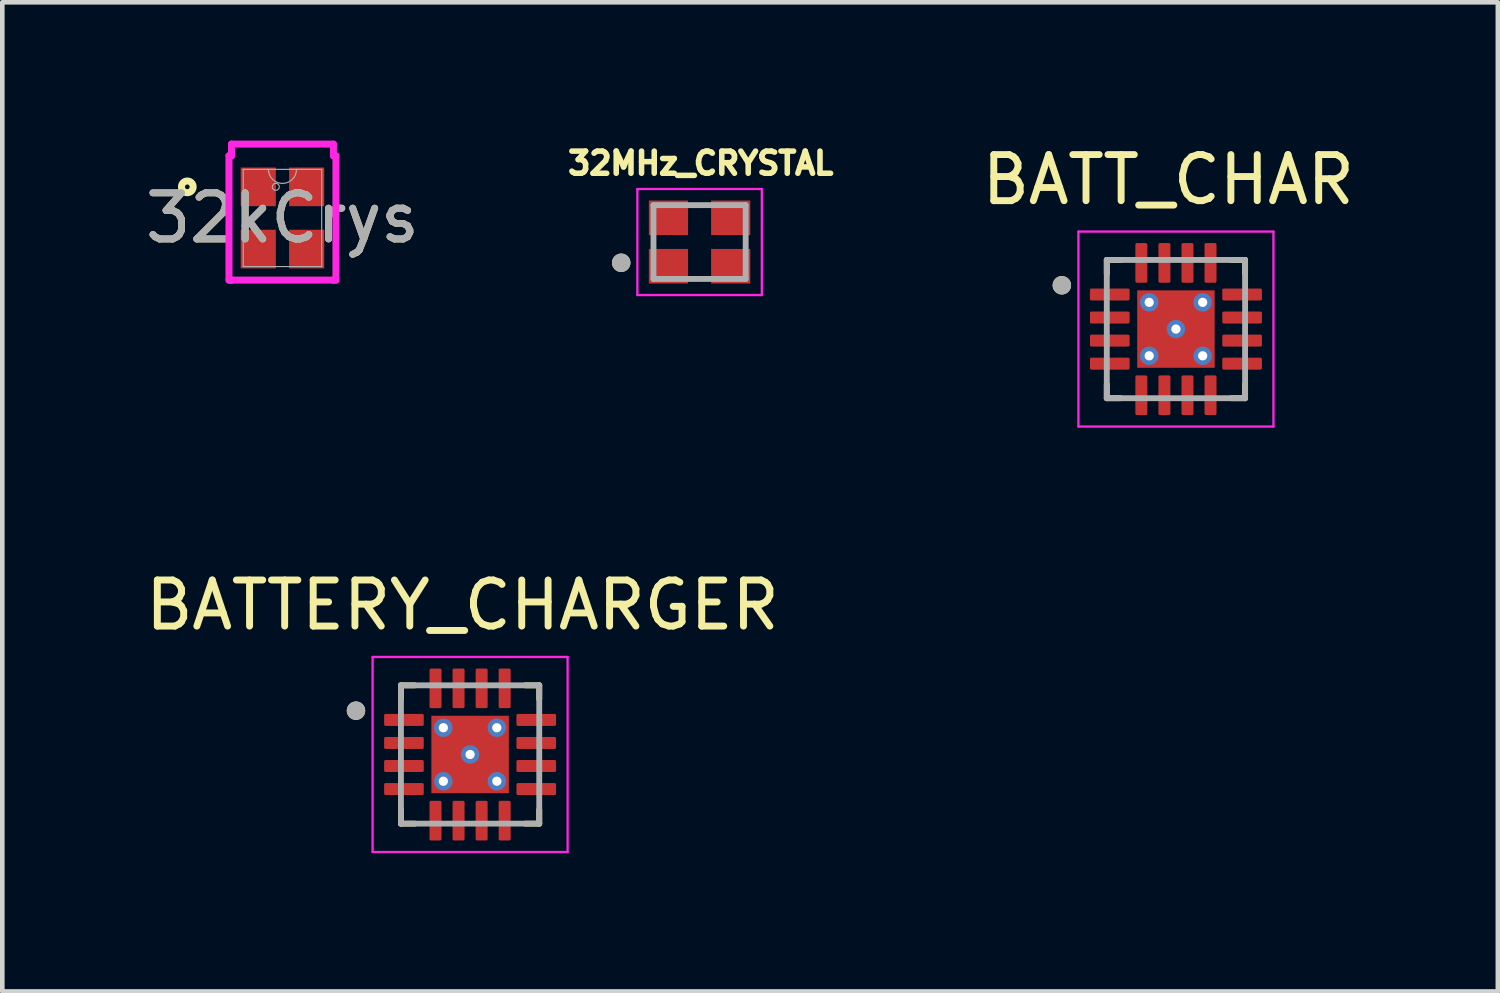
<source format=kicad_pcb>
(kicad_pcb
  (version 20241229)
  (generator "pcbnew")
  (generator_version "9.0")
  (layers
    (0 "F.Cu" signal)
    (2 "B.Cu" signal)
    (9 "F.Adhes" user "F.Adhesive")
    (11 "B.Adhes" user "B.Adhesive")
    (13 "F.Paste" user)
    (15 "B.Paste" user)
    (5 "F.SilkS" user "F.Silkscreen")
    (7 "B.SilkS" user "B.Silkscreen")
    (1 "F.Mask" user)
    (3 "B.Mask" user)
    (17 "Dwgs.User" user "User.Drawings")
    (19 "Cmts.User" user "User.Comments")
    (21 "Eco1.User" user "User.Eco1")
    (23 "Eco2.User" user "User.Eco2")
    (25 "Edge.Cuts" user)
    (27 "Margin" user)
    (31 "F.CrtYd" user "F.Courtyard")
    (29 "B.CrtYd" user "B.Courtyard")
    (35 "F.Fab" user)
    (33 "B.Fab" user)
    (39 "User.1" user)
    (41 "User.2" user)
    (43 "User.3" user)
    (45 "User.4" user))
  (footprint "32MHz_CRYSTAL"
    (layer "F.Cu")
    (at 12.125 2.2)
    (property "Reference" "32MHz_CRYSTAL" (at 0.024 -1.708 0) (layer "F.SilkS") (effects (font (size 0.481 0.481) (thickness 0.15))))
    (attr smd)
    (fp_circle (center -1.7 0.45) (end -1.6 0.45) (stroke (width 0.2) (type solid)) (fill no) (layer "F.SilkS"))
    (fp_line (start -1.35 -1.15) (end -1.35 1.15) (stroke (width 0.05) (type solid)) (layer "F.CrtYd"))
    (fp_line (start -1.35 1.15) (end 1.35 1.15) (stroke (width 0.05) (type solid)) (layer "F.CrtYd"))
    (fp_line (start 1.35 -1.15) (end -1.35 -1.15) (stroke (width 0.05) (type solid)) (layer "F.CrtYd"))
    (fp_line (start 1.35 1.15) (end 1.35 -1.15) (stroke (width 0.05) (type solid)) (layer "F.CrtYd"))
    (fp_line (start -1 -0.8) (end -1 0.8) (stroke (width 0.127) (type solid)) (layer "F.Fab"))
    (fp_line (start -1 0.8) (end 1 0.8) (stroke (width 0.127) (type solid)) (layer "F.Fab"))
    (fp_line (start 1 -0.8) (end -1 -0.8) (stroke (width 0.127) (type solid)) (layer "F.Fab"))
    (fp_line (start 1 0.8) (end 1 -0.8) (stroke (width 0.127) (type solid)) (layer "F.Fab"))
    (fp_circle (center -1.7 0.45) (end -1.6 0.45) (stroke (width 0.2) (type solid)) (fill no) (layer "F.Fab"))
    (pad "1" smd rect (at -0.675 0.525) (size 0.85 0.75) (layers "F.Cu" "F.Mask" "F.Paste"))
    (pad "2" smd rect (at 0.675 0.525) (size 0.85 0.75) (layers "F.Cu" "F.Mask" "F.Paste"))
    (pad "3" smd rect (at 0.675 -0.525) (size 0.85 0.75) (layers "F.Cu" "F.Mask" "F.Paste"))
    (pad "4" smd rect (at -0.675 -0.525) (size 0.85 0.75) (layers "F.Cu" "F.Mask" "F.Paste")))
  (footprint "BATT_CHAR"
    (layer "F.Cu")
    (at 22.458 4.088)
    (property "Reference" "BATT_CHAR" (at -0.165 -3.24 0) (layer "F.SilkS") (effects (font (size 1 1) (thickness 0.15))))
    (attr smd)
    (fp_line (start -1.5 -1.5) (end -1.5 -1.2) (stroke (width 0.127) (type solid)) (layer "F.SilkS"))
    (fp_line (start -1.5 -1.5) (end -1.2 -1.5) (stroke (width 0.127) (type solid)) (layer "F.SilkS"))
    (fp_line (start -1.5 1.5) (end -1.5 1.2) (stroke (width 0.127) (type solid)) (layer "F.SilkS"))
    (fp_line (start -1.5 1.5) (end -1.2 1.5) (stroke (width 0.127) (type solid)) (layer "F.SilkS"))
    (fp_line (start 1.5 -1.5) (end 1.2 -1.5) (stroke (width 0.127) (type solid)) (layer "F.SilkS"))
    (fp_line (start 1.5 -1.5) (end 1.5 -1.2) (stroke (width 0.127) (type solid)) (layer "F.SilkS"))
    (fp_line (start 1.5 1.5) (end 1.2 1.5) (stroke (width 0.127) (type solid)) (layer "F.SilkS"))
    (fp_line (start 1.5 1.5) (end 1.5 1.2) (stroke (width 0.127) (type solid)) (layer "F.SilkS"))
    (fp_circle (center -2.475 -0.95) (end -2.375 -0.95) (stroke (width 0.2) (type solid)) (fill no) (layer "F.SilkS"))
    (fp_poly (pts (xy -0.53 -0.53) (xy 0.53 -0.53) (xy 0.53 0.53) (xy -0.53 0.53)) (stroke (width 0.01) (type solid)) (fill yes) (layer "F.Paste"))
    (fp_line (start -2.115 -2.115) (end 2.115 -2.115) (stroke (width 0.05) (type solid)) (layer "F.CrtYd"))
    (fp_line (start -2.115 2.115) (end -2.115 -2.115) (stroke (width 0.05) (type solid)) (layer "F.CrtYd"))
    (fp_line (start -2.115 2.115) (end 2.115 2.115) (stroke (width 0.05) (type solid)) (layer "F.CrtYd"))
    (fp_line (start 2.115 2.115) (end 2.115 -2.115) (stroke (width 0.05) (type solid)) (layer "F.CrtYd"))
    (fp_line (start -1.5 1.5) (end -1.5 -1.5) (stroke (width 0.127) (type solid)) (layer "F.Fab"))
    (fp_line (start 1.5 -1.5) (end -1.5 -1.5) (stroke (width 0.127) (type solid)) (layer "F.Fab"))
    (fp_line (start 1.5 1.5) (end -1.5 1.5) (stroke (width 0.127) (type solid)) (layer "F.Fab"))
    (fp_line (start 1.5 1.5) (end 1.5 -1.5) (stroke (width 0.127) (type solid)) (layer "F.Fab"))
    (fp_circle (center -2.475 -0.95) (end -2.375 -0.95) (stroke (width 0.2) (type solid)) (fill no) (layer "F.Fab"))
    (pad "1" smd roundrect (at -1.435 -0.75) (size 0.86 0.26) (layers "F.Cu" "F.Mask" "F.Paste") (roundrect_rratio 0.125))
    (pad "2" smd roundrect (at -1.435 -0.25) (size 0.86 0.26) (layers "F.Cu" "F.Mask" "F.Paste") (roundrect_rratio 0.125))
    (pad "3" smd roundrect (at -1.435 0.25) (size 0.86 0.26) (layers "F.Cu" "F.Mask" "F.Paste") (roundrect_rratio 0.125))
    (pad "4" smd roundrect (at -1.435 0.75) (size 0.86 0.26) (layers "F.Cu" "F.Mask" "F.Paste") (roundrect_rratio 0.125))
    (pad "5" smd roundrect (at -0.75 1.435) (size 0.26 0.86) (layers "F.Cu" "F.Mask" "F.Paste") (roundrect_rratio 0.125))
    (pad "6" smd roundrect (at -0.25 1.435) (size 0.26 0.86) (layers "F.Cu" "F.Mask" "F.Paste") (roundrect_rratio 0.125))
    (pad "7" smd roundrect (at 0.25 1.435) (size 0.26 0.86) (layers "F.Cu" "F.Mask" "F.Paste") (roundrect_rratio 0.125))
    (pad "8" smd roundrect (at 0.75 1.435) (size 0.26 0.86) (layers "F.Cu" "F.Mask" "F.Paste") (roundrect_rratio 0.125))
    (pad "9" smd roundrect (at 1.435 0.75) (size 0.86 0.26) (layers "F.Cu" "F.Mask" "F.Paste") (roundrect_rratio 0.125))
    (pad "10" smd roundrect (at 1.435 0.25) (size 0.86 0.26) (layers "F.Cu" "F.Mask" "F.Paste") (roundrect_rratio 0.125))
    (pad "11" smd roundrect (at 1.435 -0.25) (size 0.86 0.26) (layers "F.Cu" "F.Mask" "F.Paste") (roundrect_rratio 0.125))
    (pad "12" smd roundrect (at 1.435 -0.75) (size 0.86 0.26) (layers "F.Cu" "F.Mask" "F.Paste") (roundrect_rratio 0.125))
    (pad "13" smd roundrect (at 0.75 -1.435) (size 0.26 0.86) (layers "F.Cu" "F.Mask" "F.Paste") (roundrect_rratio 0.125))
    (pad "14" smd roundrect (at 0.25 -1.435) (size 0.26 0.86) (layers "F.Cu" "F.Mask" "F.Paste") (roundrect_rratio 0.125))
    (pad "15" smd roundrect (at -0.25 -1.435) (size 0.26 0.86) (layers "F.Cu" "F.Mask" "F.Paste") (roundrect_rratio 0.125))
    (pad "16" smd roundrect (at -0.75 -1.435) (size 0.26 0.86) (layers "F.Cu" "F.Mask" "F.Paste") (roundrect_rratio 0.125))
    (pad "17" smd rect (at 0 0) (size 1.68 1.68) (layers "F.Cu" "F.Mask"))
    (pad "18" thru_hole circle (at 0 0) (size 0.4 0.4) (drill 0.2) (layers "*.Cu"))
    (pad "19" thru_hole circle (at -0.58 -0.58) (size 0.4 0.4) (drill 0.2) (layers "*.Cu"))
    (pad "20" thru_hole circle (at 0.58 -0.58) (size 0.4 0.4) (drill 0.2) (layers "*.Cu"))
    (pad "21" thru_hole circle (at -0.58 0.58) (size 0.4 0.4) (drill 0.2) (layers "*.Cu"))
    (pad "22" thru_hole circle (at 0.58 0.58) (size 0.4 0.4) (drill 0.2) (layers "*.Cu")))
  (footprint "32kCrys"
    (layer "F.Cu")
    (at 3.077 1.678)
    (property "Reference" "32kCrys" (at 0 0 0) (unlocked yes) (layer "F.SilkS") (effects (font (size 1 1) (thickness 0.15))))
    (attr smd)
    (fp_circle (center -2.064 -0.675) (end -1.937 -0.675) (stroke (width 0.152) (type solid)) (fill no) (layer "F.SilkS"))
    (fp_line (start -1.16 -1.348) (end -1.105 -1.348) (stroke (width 0.152) (type solid)) (layer "F.CrtYd"))
    (fp_line (start -1.16 1.348) (end -1.16 -1.348) (stroke (width 0.152) (type solid)) (layer "F.CrtYd"))
    (fp_line (start -1.16 1.348) (end -1.105 1.348) (stroke (width 0.152) (type solid)) (layer "F.CrtYd"))
    (fp_line (start -1.105 -1.602) (end 1.105 -1.602) (stroke (width 0.152) (type solid)) (layer "F.CrtYd"))
    (fp_line (start -1.105 -1.348) (end -1.105 -1.602) (stroke (width 0.152) (type solid)) (layer "F.CrtYd"))
    (fp_line (start -1.105 1.348) (end -1.105 1.348) (stroke (width 0.152) (type solid)) (layer "F.CrtYd"))
    (fp_line (start 1.105 -1.602) (end 1.105 -1.348) (stroke (width 0.152) (type solid)) (layer "F.CrtYd"))
    (fp_line (start 1.105 1.348) (end -1.105 1.348) (stroke (width 0.152) (type solid)) (layer "F.CrtYd"))
    (fp_line (start 1.105 1.348) (end 1.105 1.348) (stroke (width 0.152) (type solid)) (layer "F.CrtYd"))
    (fp_line (start 1.16 -1.348) (end 1.105 -1.348) (stroke (width 0.152) (type solid)) (layer "F.CrtYd"))
    (fp_line (start 1.16 -1.348) (end 1.16 1.348) (stroke (width 0.152) (type solid)) (layer "F.CrtYd"))
    (fp_line (start 1.16 1.348) (end 1.105 1.348) (stroke (width 0.152) (type solid)) (layer "F.CrtYd"))
    (fp_line (start -0.851 -1.054) (end -0.851 1.054) (stroke (width 0.025) (type solid)) (layer "F.Fab"))
    (fp_line (start -0.851 1.054) (end 0.851 1.054) (stroke (width 0.025) (type solid)) (layer "F.Fab"))
    (fp_line (start 0.851 -1.054) (end -0.851 -1.054) (stroke (width 0.025) (type solid)) (layer "F.Fab"))
    (fp_line (start 0.851 1.054) (end 0.851 -1.054) (stroke (width 0.025) (type solid)) (layer "F.Fab"))
    (fp_arc (start 0.3048 -1.0541) (mid 0 -0.7493) (end -0.3048 -1.0541) (stroke (width 0.0254) (type solid)) (layer "F.Fab"))
    (fp_circle (center -0.144 -0.675) (end -0.068 -0.675) (stroke (width 0.025) (type solid)) (fill no) (layer "F.Fab"))
    (fp_text user "${REFERENCE}" (at 0 0 0) (unlocked yes) (layer "F.Fab") (effects (font (size 1 1) (thickness 0.15))))
    (pad "1" smd rect (at -0.525 -0.675) (size 0.762 0.838) (layers "F.Cu" "F.Mask" "F.Paste"))
    (pad "2" smd rect (at -0.525 0.675) (size 0.762 0.838) (layers "F.Cu" "F.Mask" "F.Paste"))
    (pad "3" smd rect (at 0.525 0.675) (size 0.762 0.838) (layers "F.Cu" "F.Mask" "F.Paste"))
    (pad "4" smd rect (at 0.525 -0.675) (size 0.762 0.838) (layers "F.Cu" "F.Mask" "F.Paste")))
  (footprint "BATTERY_CHARGER"
    (layer "F.Cu")
    (at 7.147 13.316)
    (property "Reference" "BATTERY_CHARGER" (at -0.165 -3.24 0) (layer "F.SilkS") (effects (font (size 1 1) (thickness 0.15))))
    (attr smd)
    (fp_line (start -1.5 -1.5) (end -1.5 -1.2) (stroke (width 0.127) (type solid)) (layer "F.SilkS"))
    (fp_line (start -1.5 -1.5) (end -1.2 -1.5) (stroke (width 0.127) (type solid)) (layer "F.SilkS"))
    (fp_line (start -1.5 1.5) (end -1.5 1.2) (stroke (width 0.127) (type solid)) (layer "F.SilkS"))
    (fp_line (start -1.5 1.5) (end -1.2 1.5) (stroke (width 0.127) (type solid)) (layer "F.SilkS"))
    (fp_line (start 1.5 -1.5) (end 1.2 -1.5) (stroke (width 0.127) (type solid)) (layer "F.SilkS"))
    (fp_line (start 1.5 -1.5) (end 1.5 -1.2) (stroke (width 0.127) (type solid)) (layer "F.SilkS"))
    (fp_line (start 1.5 1.5) (end 1.2 1.5) (stroke (width 0.127) (type solid)) (layer "F.SilkS"))
    (fp_line (start 1.5 1.5) (end 1.5 1.2) (stroke (width 0.127) (type solid)) (layer "F.SilkS"))
    (fp_circle (center -2.475 -0.95) (end -2.375 -0.95) (stroke (width 0.2) (type solid)) (fill no) (layer "F.SilkS"))
    (fp_poly (pts (xy -0.53 -0.53) (xy 0.53 -0.53) (xy 0.53 0.53) (xy -0.53 0.53)) (stroke (width 0.01) (type solid)) (fill yes) (layer "F.Paste"))
    (fp_line (start -2.115 -2.115) (end 2.115 -2.115) (stroke (width 0.05) (type solid)) (layer "F.CrtYd"))
    (fp_line (start -2.115 2.115) (end -2.115 -2.115) (stroke (width 0.05) (type solid)) (layer "F.CrtYd"))
    (fp_line (start -2.115 2.115) (end 2.115 2.115) (stroke (width 0.05) (type solid)) (layer "F.CrtYd"))
    (fp_line (start 2.115 2.115) (end 2.115 -2.115) (stroke (width 0.05) (type solid)) (layer "F.CrtYd"))
    (fp_line (start -1.5 1.5) (end -1.5 -1.5) (stroke (width 0.127) (type solid)) (layer "F.Fab"))
    (fp_line (start 1.5 -1.5) (end -1.5 -1.5) (stroke (width 0.127) (type solid)) (layer "F.Fab"))
    (fp_line (start 1.5 1.5) (end -1.5 1.5) (stroke (width 0.127) (type solid)) (layer "F.Fab"))
    (fp_line (start 1.5 1.5) (end 1.5 -1.5) (stroke (width 0.127) (type solid)) (layer "F.Fab"))
    (fp_circle (center -2.475 -0.95) (end -2.375 -0.95) (stroke (width 0.2) (type solid)) (fill no) (layer "F.Fab"))
    (pad "1" smd roundrect (at -1.435 -0.75) (size 0.86 0.26) (layers "F.Cu" "F.Mask" "F.Paste") (roundrect_rratio 0.125))
    (pad "2" smd roundrect (at -1.435 -0.25) (size 0.86 0.26) (layers "F.Cu" "F.Mask" "F.Paste") (roundrect_rratio 0.125))
    (pad "3" smd roundrect (at -1.435 0.25) (size 0.86 0.26) (layers "F.Cu" "F.Mask" "F.Paste") (roundrect_rratio 0.125))
    (pad "4" smd roundrect (at -1.435 0.75) (size 0.86 0.26) (layers "F.Cu" "F.Mask" "F.Paste") (roundrect_rratio 0.125))
    (pad "5" smd roundrect (at -0.75 1.435) (size 0.26 0.86) (layers "F.Cu" "F.Mask" "F.Paste") (roundrect_rratio 0.125))
    (pad "6" smd roundrect (at -0.25 1.435) (size 0.26 0.86) (layers "F.Cu" "F.Mask" "F.Paste") (roundrect_rratio 0.125))
    (pad "7" smd roundrect (at 0.25 1.435) (size 0.26 0.86) (layers "F.Cu" "F.Mask" "F.Paste") (roundrect_rratio 0.125))
    (pad "8" smd roundrect (at 0.75 1.435) (size 0.26 0.86) (layers "F.Cu" "F.Mask" "F.Paste") (roundrect_rratio 0.125))
    (pad "9" smd roundrect (at 1.435 0.75) (size 0.86 0.26) (layers "F.Cu" "F.Mask" "F.Paste") (roundrect_rratio 0.125))
    (pad "10" smd roundrect (at 1.435 0.25) (size 0.86 0.26) (layers "F.Cu" "F.Mask" "F.Paste") (roundrect_rratio 0.125))
    (pad "11" smd roundrect (at 1.435 -0.25) (size 0.86 0.26) (layers "F.Cu" "F.Mask" "F.Paste") (roundrect_rratio 0.125))
    (pad "12" smd roundrect (at 1.435 -0.75) (size 0.86 0.26) (layers "F.Cu" "F.Mask" "F.Paste") (roundrect_rratio 0.125))
    (pad "13" smd roundrect (at 0.75 -1.435) (size 0.26 0.86) (layers "F.Cu" "F.Mask" "F.Paste") (roundrect_rratio 0.125))
    (pad "14" smd roundrect (at 0.25 -1.435) (size 0.26 0.86) (layers "F.Cu" "F.Mask" "F.Paste") (roundrect_rratio 0.125))
    (pad "15" smd roundrect (at -0.25 -1.435) (size 0.26 0.86) (layers "F.Cu" "F.Mask" "F.Paste") (roundrect_rratio 0.125))
    (pad "16" smd roundrect (at -0.75 -1.435) (size 0.26 0.86) (layers "F.Cu" "F.Mask" "F.Paste") (roundrect_rratio 0.125))
    (pad "17" smd rect (at 0 0) (size 1.68 1.68) (layers "F.Cu" "F.Mask"))
    (pad "18" thru_hole circle (at 0 0) (size 0.4 0.4) (drill 0.2) (layers "*.Cu"))
    (pad "19" thru_hole circle (at -0.58 -0.58) (size 0.4 0.4) (drill 0.2) (layers "*.Cu"))
    (pad "20" thru_hole circle (at 0.58 -0.58) (size 0.4 0.4) (drill 0.2) (layers "*.Cu"))
    (pad "21" thru_hole circle (at -0.58 0.58) (size 0.4 0.4) (drill 0.2) (layers "*.Cu"))
    (pad "22" thru_hole circle (at 0.58 0.58) (size 0.4 0.4) (drill 0.2) (layers "*.Cu")))
  (gr_rect
    (start -3 -3)
    (end 29.441 18.456)
    (stroke (width 0.1) (type default))
    (fill no)
    (layer "Edge.Cuts")))
</source>
